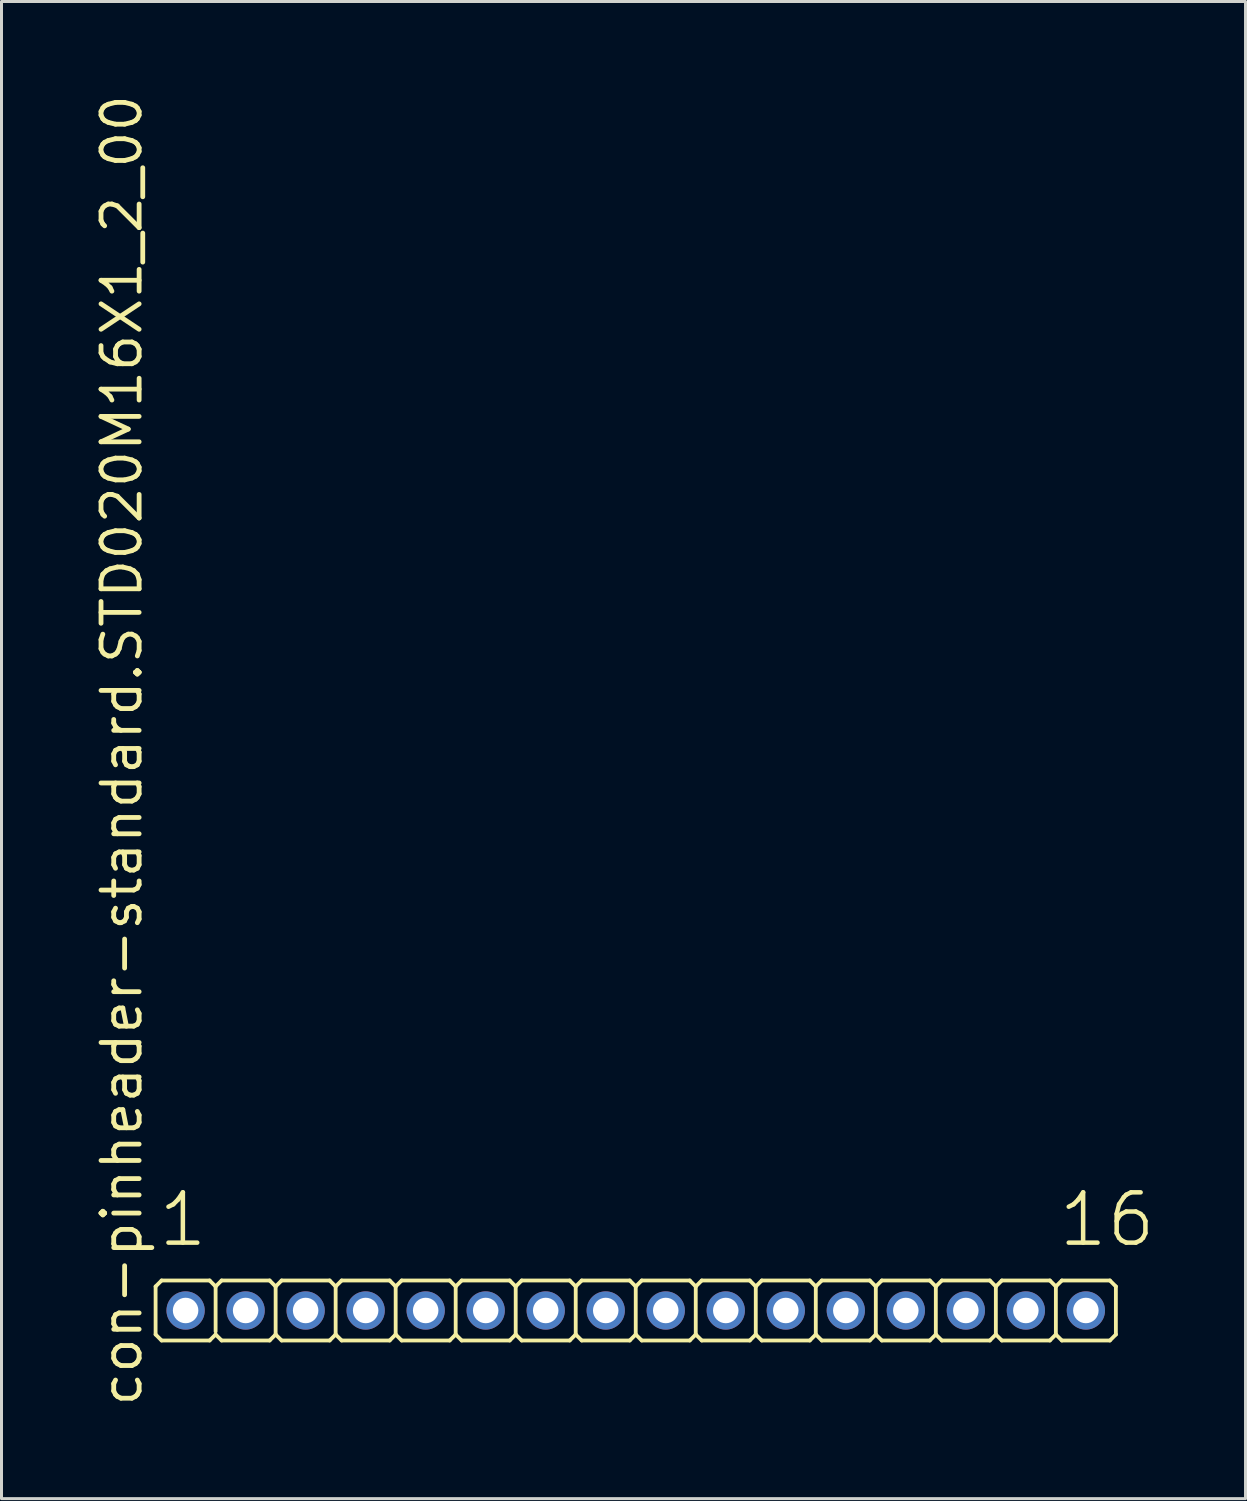
<source format=kicad_pcb>
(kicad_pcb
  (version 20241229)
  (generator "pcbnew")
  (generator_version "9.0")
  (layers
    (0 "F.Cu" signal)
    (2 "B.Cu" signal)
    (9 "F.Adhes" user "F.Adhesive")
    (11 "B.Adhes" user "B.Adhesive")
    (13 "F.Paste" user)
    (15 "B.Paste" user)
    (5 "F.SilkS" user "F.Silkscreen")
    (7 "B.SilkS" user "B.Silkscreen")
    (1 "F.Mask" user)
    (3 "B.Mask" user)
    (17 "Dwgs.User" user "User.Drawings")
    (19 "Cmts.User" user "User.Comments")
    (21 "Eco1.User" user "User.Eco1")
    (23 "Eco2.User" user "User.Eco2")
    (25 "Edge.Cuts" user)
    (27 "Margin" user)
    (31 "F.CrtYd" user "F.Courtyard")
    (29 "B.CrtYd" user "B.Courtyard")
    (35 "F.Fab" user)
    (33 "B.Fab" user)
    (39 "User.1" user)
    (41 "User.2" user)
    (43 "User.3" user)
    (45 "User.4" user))
  (footprint "con-pinheader-standard.STD020M16X1_2_00"
    (layer "F.Cu")
    (at 18.135 40.62)
    (property "Reference" "con-pinheader-standard.STD020M16X1_2_00" (at -16.385 3.27 90) (layer "F.SilkS") (effects (font (size 1.27 1.27) (thickness 0.16)) (justify left bottom)))
    (attr through_hole)
    (fp_line (start -16 0.8) (end -16 -0.8) (stroke (width 0.127) (type default)) (layer "F.SilkS"))
    (fp_line (start -15.8 -1) (end -16 -0.8) (stroke (width 0.127) (type default)) (layer "F.SilkS"))
    (fp_line (start -15.8 -1) (end -14.2 -1) (stroke (width 0.127) (type default)) (layer "F.SilkS"))
    (fp_line (start -15.8 1) (end -16 0.8) (stroke (width 0.127) (type default)) (layer "F.SilkS"))
    (fp_line (start -14.2 -1) (end -14 -0.8) (stroke (width 0.127) (type default)) (layer "F.SilkS"))
    (fp_line (start -14.2 1) (end -15.8 1) (stroke (width 0.127) (type default)) (layer "F.SilkS"))
    (fp_line (start -14.2 1) (end -14 0.8) (stroke (width 0.127) (type default)) (layer "F.SilkS"))
    (fp_line (start -14 -0.8) (end -14 0.7) (stroke (width 0.127) (type default)) (layer "F.SilkS"))
    (fp_line (start -13.8 -1) (end -14 -0.8) (stroke (width 0.127) (type default)) (layer "F.SilkS"))
    (fp_line (start -13.8 -1) (end -12.2 -1) (stroke (width 0.127) (type default)) (layer "F.SilkS"))
    (fp_line (start -13.8 1) (end -14 0.8) (stroke (width 0.127) (type default)) (layer "F.SilkS"))
    (fp_line (start -12.2 -1) (end -12 -0.8) (stroke (width 0.127) (type default)) (layer "F.SilkS"))
    (fp_line (start -12.2 1) (end -13.8 1) (stroke (width 0.127) (type default)) (layer "F.SilkS"))
    (fp_line (start -12.2 1) (end -12 0.8) (stroke (width 0.127) (type default)) (layer "F.SilkS"))
    (fp_line (start -12 -0.8) (end -12 0.8) (stroke (width 0.127) (type default)) (layer "F.SilkS"))
    (fp_line (start -11.8 -1) (end -12 -0.8) (stroke (width 0.127) (type default)) (layer "F.SilkS"))
    (fp_line (start -11.8 -1) (end -10.2 -1) (stroke (width 0.127) (type default)) (layer "F.SilkS"))
    (fp_line (start -11.8 1) (end -12 0.8) (stroke (width 0.127) (type default)) (layer "F.SilkS"))
    (fp_line (start -10.2 -1) (end -10 -0.8) (stroke (width 0.127) (type default)) (layer "F.SilkS"))
    (fp_line (start -10.2 1) (end -11.8 1) (stroke (width 0.127) (type default)) (layer "F.SilkS"))
    (fp_line (start -10.2 1) (end -10 0.8) (stroke (width 0.127) (type default)) (layer "F.SilkS"))
    (fp_line (start -10 -0.8) (end -10 0.8) (stroke (width 0.127) (type default)) (layer "F.SilkS"))
    (fp_line (start -9.8 -1) (end -10 -0.8) (stroke (width 0.127) (type default)) (layer "F.SilkS"))
    (fp_line (start -9.8 -1) (end -8.2 -1) (stroke (width 0.127) (type default)) (layer "F.SilkS"))
    (fp_line (start -9.8 1) (end -10 0.8) (stroke (width 0.127) (type default)) (layer "F.SilkS"))
    (fp_line (start -8.2 -1) (end -8 -0.8) (stroke (width 0.127) (type default)) (layer "F.SilkS"))
    (fp_line (start -8.2 1) (end -9.8 1) (stroke (width 0.127) (type default)) (layer "F.SilkS"))
    (fp_line (start -8.2 1) (end -8 0.8) (stroke (width 0.127) (type default)) (layer "F.SilkS"))
    (fp_line (start -8 -0.8) (end -8 0.8) (stroke (width 0.127) (type default)) (layer "F.SilkS"))
    (fp_line (start -7.8 -1) (end -8 -0.8) (stroke (width 0.127) (type default)) (layer "F.SilkS"))
    (fp_line (start -7.8 -1) (end -6.2 -1) (stroke (width 0.127) (type default)) (layer "F.SilkS"))
    (fp_line (start -7.8 1) (end -8 0.8) (stroke (width 0.127) (type default)) (layer "F.SilkS"))
    (fp_line (start -6.2 -1) (end -6 -0.8) (stroke (width 0.127) (type default)) (layer "F.SilkS"))
    (fp_line (start -6.2 1) (end -7.8 1) (stroke (width 0.127) (type default)) (layer "F.SilkS"))
    (fp_line (start -6.2 1) (end -6 0.8) (stroke (width 0.127) (type default)) (layer "F.SilkS"))
    (fp_line (start -6 -0.8) (end -6 0.8) (stroke (width 0.127) (type default)) (layer "F.SilkS"))
    (fp_line (start -5.8 -1) (end -6 -0.8) (stroke (width 0.127) (type default)) (layer "F.SilkS"))
    (fp_line (start -5.8 -1) (end -4.2 -1) (stroke (width 0.127) (type default)) (layer "F.SilkS"))
    (fp_line (start -5.8 1) (end -6 0.8) (stroke (width 0.127) (type default)) (layer "F.SilkS"))
    (fp_line (start -4.2 -1) (end -4 -0.8) (stroke (width 0.127) (type default)) (layer "F.SilkS"))
    (fp_line (start -4.2 1) (end -5.8 1) (stroke (width 0.127) (type default)) (layer "F.SilkS"))
    (fp_line (start -4.2 1) (end -4 0.8) (stroke (width 0.127) (type default)) (layer "F.SilkS"))
    (fp_line (start -4 -0.8) (end -4 0.8) (stroke (width 0.127) (type default)) (layer "F.SilkS"))
    (fp_line (start -3.8 -1) (end -4 -0.8) (stroke (width 0.127) (type default)) (layer "F.SilkS"))
    (fp_line (start -3.8 -1) (end -2.2 -1) (stroke (width 0.127) (type default)) (layer "F.SilkS"))
    (fp_line (start -3.8 1) (end -4 0.8) (stroke (width 0.127) (type default)) (layer "F.SilkS"))
    (fp_line (start -2.2 -1) (end -2 -0.8) (stroke (width 0.127) (type default)) (layer "F.SilkS"))
    (fp_line (start -2.2 1) (end -3.8 1) (stroke (width 0.127) (type default)) (layer "F.SilkS"))
    (fp_line (start -2.2 1) (end -2 0.8) (stroke (width 0.127) (type default)) (layer "F.SilkS"))
    (fp_line (start -2 -0.8) (end -2 0.8) (stroke (width 0.127) (type default)) (layer "F.SilkS"))
    (fp_line (start -1.8 -1) (end -2 -0.8) (stroke (width 0.127) (type default)) (layer "F.SilkS"))
    (fp_line (start -1.8 -1) (end -0.2 -1) (stroke (width 0.127) (type default)) (layer "F.SilkS"))
    (fp_line (start -1.8 1) (end -2 0.8) (stroke (width 0.127) (type default)) (layer "F.SilkS"))
    (fp_line (start -0.2 -1) (end 0 -0.8) (stroke (width 0.127) (type default)) (layer "F.SilkS"))
    (fp_line (start -0.2 1) (end -1.8 1) (stroke (width 0.127) (type default)) (layer "F.SilkS"))
    (fp_line (start -0.2 1) (end 0 0.8) (stroke (width 0.127) (type default)) (layer "F.SilkS"))
    (fp_line (start 0 -0.8) (end 0 0.8) (stroke (width 0.127) (type default)) (layer "F.SilkS"))
    (fp_line (start 0.2 -1) (end 0 -0.8) (stroke (width 0.127) (type default)) (layer "F.SilkS"))
    (fp_line (start 0.2 -1) (end 1.8 -1) (stroke (width 0.127) (type default)) (layer "F.SilkS"))
    (fp_line (start 0.2 1) (end 0 0.8) (stroke (width 0.127) (type default)) (layer "F.SilkS"))
    (fp_line (start 1.8 -1) (end 2 -0.8) (stroke (width 0.127) (type default)) (layer "F.SilkS"))
    (fp_line (start 1.8 1) (end 0.2 1) (stroke (width 0.127) (type default)) (layer "F.SilkS"))
    (fp_line (start 1.8 1) (end 2 0.8) (stroke (width 0.127) (type default)) (layer "F.SilkS"))
    (fp_line (start 2 -0.8) (end 2 0.8) (stroke (width 0.127) (type default)) (layer "F.SilkS"))
    (fp_line (start 2.2 -1) (end 2 -0.8) (stroke (width 0.127) (type default)) (layer "F.SilkS"))
    (fp_line (start 2.2 -1) (end 3.8 -1) (stroke (width 0.127) (type default)) (layer "F.SilkS"))
    (fp_line (start 2.2 1) (end 2 0.8) (stroke (width 0.127) (type default)) (layer "F.SilkS"))
    (fp_line (start 3.8 -1) (end 4 -0.8) (stroke (width 0.127) (type default)) (layer "F.SilkS"))
    (fp_line (start 3.8 1) (end 2.2 1) (stroke (width 0.127) (type default)) (layer "F.SilkS"))
    (fp_line (start 3.8 1) (end 4 0.8) (stroke (width 0.127) (type default)) (layer "F.SilkS"))
    (fp_line (start 4 -0.8) (end 4 0.8) (stroke (width 0.127) (type default)) (layer "F.SilkS"))
    (fp_line (start 4.2 -1) (end 4 -0.8) (stroke (width 0.127) (type default)) (layer "F.SilkS"))
    (fp_line (start 4.2 -1) (end 5.8 -1) (stroke (width 0.127) (type default)) (layer "F.SilkS"))
    (fp_line (start 4.2 1) (end 4 0.8) (stroke (width 0.127) (type default)) (layer "F.SilkS"))
    (fp_line (start 5.8 -1) (end 6 -0.8) (stroke (width 0.127) (type default)) (layer "F.SilkS"))
    (fp_line (start 5.8 1) (end 4.2 1) (stroke (width 0.127) (type default)) (layer "F.SilkS"))
    (fp_line (start 5.8 1) (end 6 0.8) (stroke (width 0.127) (type default)) (layer "F.SilkS"))
    (fp_line (start 6 -0.8) (end 6 0.8) (stroke (width 0.127) (type default)) (layer "F.SilkS"))
    (fp_line (start 6.2 -1) (end 6 -0.8) (stroke (width 0.127) (type default)) (layer "F.SilkS"))
    (fp_line (start 6.2 -1) (end 7.8 -1) (stroke (width 0.127) (type default)) (layer "F.SilkS"))
    (fp_line (start 6.2 1) (end 6 0.8) (stroke (width 0.127) (type default)) (layer "F.SilkS"))
    (fp_line (start 7.8 -1) (end 8 -0.8) (stroke (width 0.127) (type default)) (layer "F.SilkS"))
    (fp_line (start 7.8 1) (end 6.2 1) (stroke (width 0.127) (type default)) (layer "F.SilkS"))
    (fp_line (start 7.8 1) (end 8 0.8) (stroke (width 0.127) (type default)) (layer "F.SilkS"))
    (fp_line (start 8 -0.8) (end 8 0.8) (stroke (width 0.127) (type default)) (layer "F.SilkS"))
    (fp_line (start 8.2 -1) (end 8 -0.8) (stroke (width 0.127) (type default)) (layer "F.SilkS"))
    (fp_line (start 8.2 -1) (end 9.8 -1) (stroke (width 0.127) (type default)) (layer "F.SilkS"))
    (fp_line (start 8.2 1) (end 8 0.8) (stroke (width 0.127) (type default)) (layer "F.SilkS"))
    (fp_line (start 9.8 -1) (end 10 -0.8) (stroke (width 0.127) (type default)) (layer "F.SilkS"))
    (fp_line (start 9.8 1) (end 8.2 1) (stroke (width 0.127) (type default)) (layer "F.SilkS"))
    (fp_line (start 9.8 1) (end 10 0.8) (stroke (width 0.127) (type default)) (layer "F.SilkS"))
    (fp_line (start 10 -0.8) (end 10 0.8) (stroke (width 0.127) (type default)) (layer "F.SilkS"))
    (fp_line (start 10.2 -1) (end 10 -0.8) (stroke (width 0.127) (type default)) (layer "F.SilkS"))
    (fp_line (start 10.2 -1) (end 11.8 -1) (stroke (width 0.127) (type default)) (layer "F.SilkS"))
    (fp_line (start 10.2 1) (end 10 0.8) (stroke (width 0.127) (type default)) (layer "F.SilkS"))
    (fp_line (start 11.8 -1) (end 12 -0.8) (stroke (width 0.127) (type default)) (layer "F.SilkS"))
    (fp_line (start 11.8 1) (end 10.2 1) (stroke (width 0.127) (type default)) (layer "F.SilkS"))
    (fp_line (start 11.8 1) (end 12 0.8) (stroke (width 0.127) (type default)) (layer "F.SilkS"))
    (fp_line (start 12 -0.8) (end 12 0.8) (stroke (width 0.127) (type default)) (layer "F.SilkS"))
    (fp_line (start 12.2 -1) (end 12 -0.8) (stroke (width 0.127) (type default)) (layer "F.SilkS"))
    (fp_line (start 12.2 -1) (end 13.8 -1) (stroke (width 0.127) (type default)) (layer "F.SilkS"))
    (fp_line (start 12.2 1) (end 12 0.8) (stroke (width 0.127) (type default)) (layer "F.SilkS"))
    (fp_line (start 13.8 -1) (end 14 -0.8) (stroke (width 0.127) (type default)) (layer "F.SilkS"))
    (fp_line (start 13.8 1) (end 12.2 1) (stroke (width 0.127) (type default)) (layer "F.SilkS"))
    (fp_line (start 13.8 1) (end 14 0.8) (stroke (width 0.127) (type default)) (layer "F.SilkS"))
    (fp_line (start 14 -0.8) (end 14 0.8) (stroke (width 0.127) (type default)) (layer "F.SilkS"))
    (fp_line (start 14.2 -1) (end 14 -0.8) (stroke (width 0.127) (type default)) (layer "F.SilkS"))
    (fp_line (start 14.2 -1) (end 15.8 -1) (stroke (width 0.127) (type default)) (layer "F.SilkS"))
    (fp_line (start 14.2 1) (end 14 0.8) (stroke (width 0.127) (type default)) (layer "F.SilkS"))
    (fp_line (start 15.8 -1) (end 16 -0.8) (stroke (width 0.127) (type default)) (layer "F.SilkS"))
    (fp_line (start 15.8 1) (end 14.2 1) (stroke (width 0.127) (type default)) (layer "F.SilkS"))
    (fp_line (start 15.8 1) (end 16 0.8) (stroke (width 0.127) (type default)) (layer "F.SilkS"))
    (fp_line (start 16 -0.8) (end 16 0.8) (stroke (width 0.127) (type default)) (layer "F.SilkS"))
    (fp_rect (start -15.25 0.25) (end -14.75 -0.25) (stroke (width 0.05) (type default)) (fill no) (layer "F.Fab"))
    (fp_rect (start -13.25 0.25) (end -12.75 -0.25) (stroke (width 0.05) (type default)) (fill no) (layer "F.Fab"))
    (fp_rect (start -11.25 0.25) (end -10.75 -0.25) (stroke (width 0.05) (type default)) (fill no) (layer "F.Fab"))
    (fp_rect (start -9.25 0.25) (end -8.75 -0.25) (stroke (width 0.05) (type default)) (fill no) (layer "F.Fab"))
    (fp_rect (start -7.25 0.25) (end -6.75 -0.25) (stroke (width 0.05) (type default)) (fill no) (layer "F.Fab"))
    (fp_rect (start -5.25 0.25) (end -4.75 -0.25) (stroke (width 0.05) (type default)) (fill no) (layer "F.Fab"))
    (fp_rect (start -3.25 0.25) (end -2.75 -0.25) (stroke (width 0.05) (type default)) (fill no) (layer "F.Fab"))
    (fp_rect (start -1.25 0.25) (end -0.75 -0.25) (stroke (width 0.05) (type default)) (fill no) (layer "F.Fab"))
    (fp_rect (start 0.75 0.25) (end 1.25 -0.25) (stroke (width 0.05) (type default)) (fill no) (layer "F.Fab"))
    (fp_rect (start 2.75 0.25) (end 3.25 -0.25) (stroke (width 0.05) (type default)) (fill no) (layer "F.Fab"))
    (fp_rect (start 4.75 0.25) (end 5.25 -0.25) (stroke (width 0.05) (type default)) (fill no) (layer "F.Fab"))
    (fp_rect (start 6.75 0.25) (end 7.25 -0.25) (stroke (width 0.05) (type default)) (fill no) (layer "F.Fab"))
    (fp_rect (start 8.75 0.25) (end 9.25 -0.25) (stroke (width 0.05) (type default)) (fill no) (layer "F.Fab"))
    (fp_rect (start 10.75 0.25) (end 11.25 -0.25) (stroke (width 0.05) (type default)) (fill no) (layer "F.Fab"))
    (fp_rect (start 12.75 0.25) (end 13.25 -0.25) (stroke (width 0.05) (type default)) (fill no) (layer "F.Fab"))
    (fp_rect (start 14.75 0.25) (end 15.25 -0.25) (stroke (width 0.05) (type default)) (fill no) (layer "F.Fab"))
    (fp_text user "16" (at 14.012 -2.048 0) (layer "F.SilkS") (effects (font (size 1.676 1.676) (thickness 0.15)) (justify left bottom)))
    (fp_text user "1" (at -15.988 -2.048 0) (layer "F.SilkS") (effects (font (size 1.676 1.676) (thickness 0.15)) (justify left bottom)))
    (pad "1" thru_hole circle (at -15 0) (size 1.275 1.275) (drill 0.85) (layers "*.Cu" "*.Mask"))
    (pad "2" thru_hole circle (at -13 0) (size 1.275 1.275) (drill 0.85) (layers "*.Cu" "*.Mask"))
    (pad "3" thru_hole circle (at -11 0) (size 1.275 1.275) (drill 0.85) (layers "*.Cu" "*.Mask"))
    (pad "4" thru_hole circle (at -9 0) (size 1.275 1.275) (drill 0.85) (layers "*.Cu" "*.Mask"))
    (pad "5" thru_hole circle (at -7 0) (size 1.275 1.275) (drill 0.85) (layers "*.Cu" "*.Mask"))
    (pad "6" thru_hole circle (at -5 0) (size 1.275 1.275) (drill 0.85) (layers "*.Cu" "*.Mask"))
    (pad "7" thru_hole circle (at -3 0) (size 1.275 1.275) (drill 0.85) (layers "*.Cu" "*.Mask"))
    (pad "8" thru_hole circle (at -1 0) (size 1.275 1.275) (drill 0.85) (layers "*.Cu" "*.Mask"))
    (pad "9" thru_hole circle (at 1 0) (size 1.275 1.275) (drill 0.85) (layers "*.Cu" "*.Mask"))
    (pad "10" thru_hole circle (at 3 0) (size 1.275 1.275) (drill 0.85) (layers "*.Cu" "*.Mask"))
    (pad "11" thru_hole circle (at 5 0) (size 1.275 1.275) (drill 0.85) (layers "*.Cu" "*.Mask"))
    (pad "12" thru_hole circle (at 7 0) (size 1.275 1.275) (drill 0.85) (layers "*.Cu" "*.Mask"))
    (pad "13" thru_hole circle (at 9 0) (size 1.275 1.275) (drill 0.85) (layers "*.Cu" "*.Mask"))
    (pad "14" thru_hole circle (at 11 0) (size 1.275 1.275) (drill 0.85) (layers "*.Cu" "*.Mask"))
    (pad "15" thru_hole circle (at 13 0) (size 1.275 1.275) (drill 0.85) (layers "*.Cu" "*.Mask"))
    (pad "16" thru_hole circle (at 15 0) (size 1.275 1.275) (drill 0.85) (layers "*.Cu" "*.Mask")))
  (gr_rect
    (start -3 -3)
    (end 38.455 46.89)
    (stroke (width 0.1) (type default))
    (fill no)
    (layer "Edge.Cuts")))
</source>
